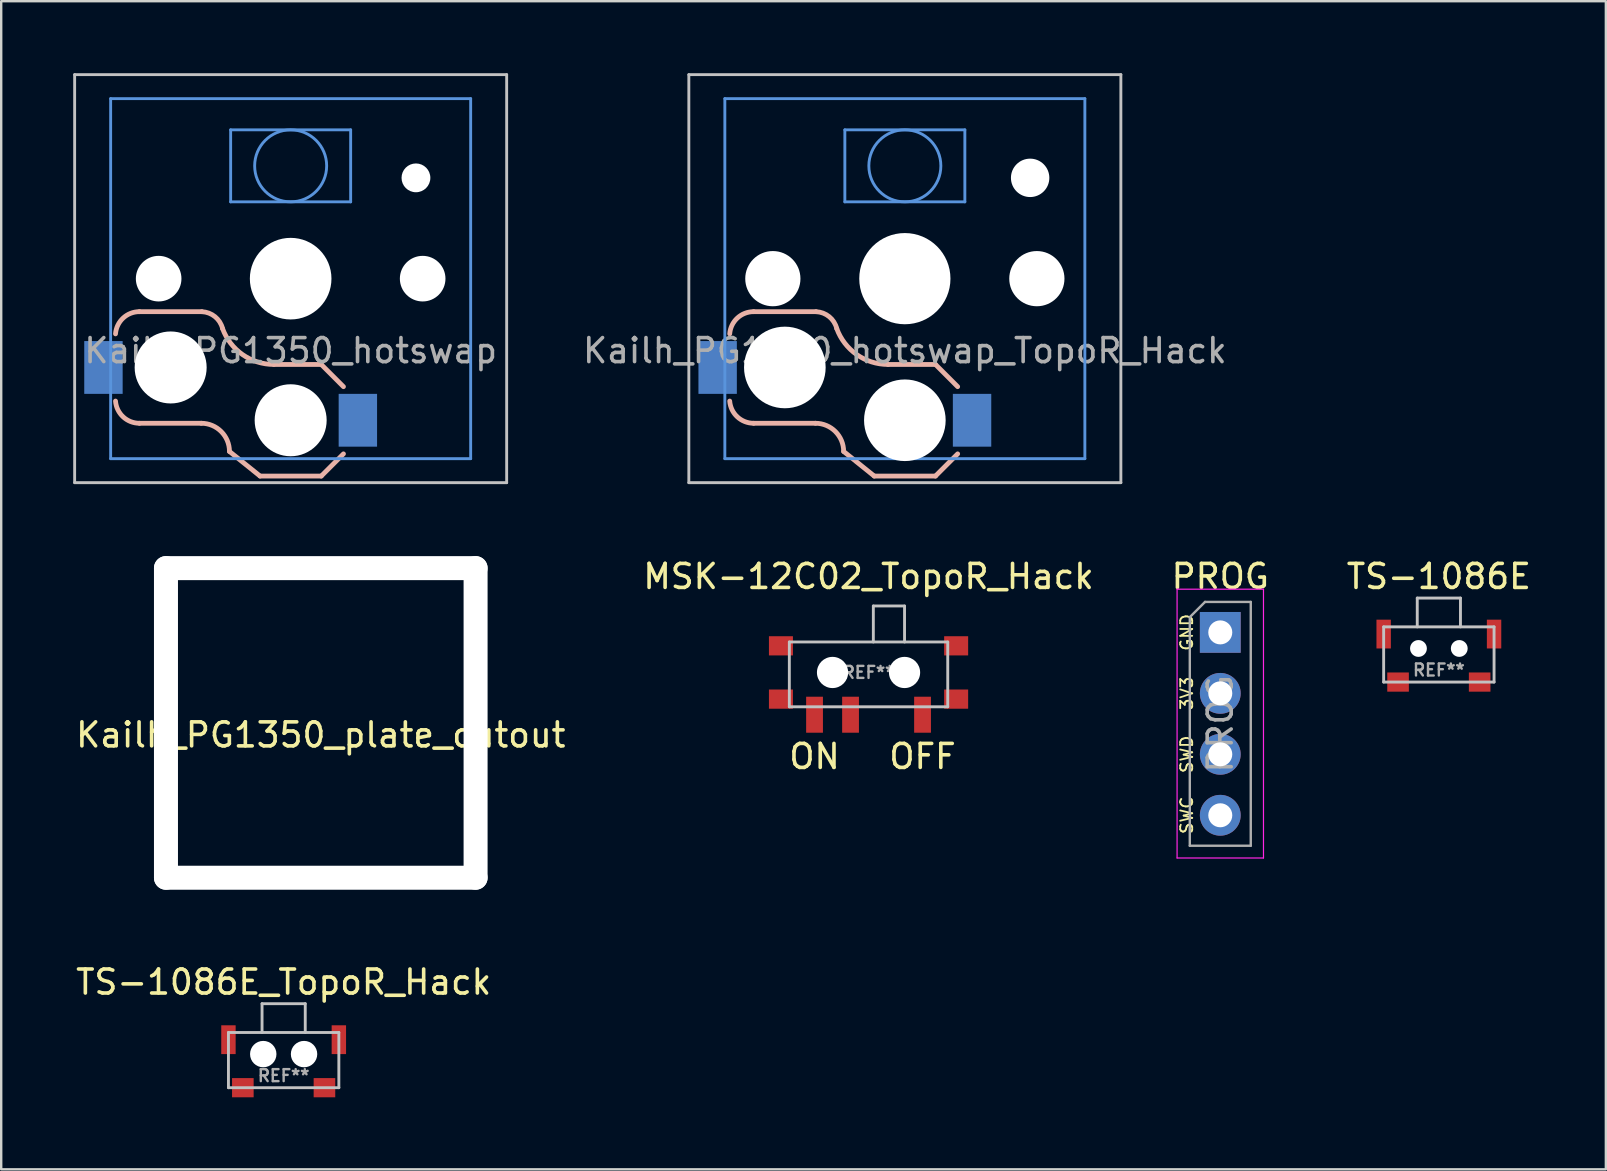
<source format=kicad_pcb>
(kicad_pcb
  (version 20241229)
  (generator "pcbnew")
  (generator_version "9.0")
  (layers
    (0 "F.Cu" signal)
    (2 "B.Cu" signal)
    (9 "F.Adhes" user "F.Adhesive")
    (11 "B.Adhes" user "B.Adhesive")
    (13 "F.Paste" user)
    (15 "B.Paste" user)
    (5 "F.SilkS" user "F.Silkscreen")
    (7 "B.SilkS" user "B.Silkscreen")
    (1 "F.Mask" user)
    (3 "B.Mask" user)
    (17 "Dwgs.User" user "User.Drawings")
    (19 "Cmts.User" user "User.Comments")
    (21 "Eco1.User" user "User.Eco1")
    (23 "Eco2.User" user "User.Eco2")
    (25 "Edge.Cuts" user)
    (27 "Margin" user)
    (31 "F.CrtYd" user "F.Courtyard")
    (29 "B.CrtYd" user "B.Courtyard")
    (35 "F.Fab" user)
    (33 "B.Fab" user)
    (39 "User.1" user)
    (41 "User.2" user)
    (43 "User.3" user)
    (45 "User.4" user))
  (footprint "MSK-12C02_TopoR_Hack"
    (layer "F.Cu")
    (at 33.137 23.698)
    (property "Reference" "MSK-12C02_TopoR_Hack" (at 0 -2.73 0) (layer "F.SilkS") (effects (font (size 1 1) (thickness 0.15))))
    (attr through_hole)
    (fp_line (start -3.3 0) (end -3.3 2.7) (stroke (width 0.12) (type solid)) (layer "Dwgs.User"))
    (fp_line (start -3.3 0) (end 3.3 0) (stroke (width 0.12) (type solid)) (layer "Dwgs.User"))
    (fp_line (start -3.3 2.7) (end 3.3 2.7) (stroke (width 0.12) (type solid)) (layer "Dwgs.User"))
    (fp_line (start 0.2 -1.5) (end 0.2 0) (stroke (width 0.12) (type solid)) (layer "Dwgs.User"))
    (fp_line (start 0.2 -1.5) (end 1.5 -1.5) (stroke (width 0.12) (type solid)) (layer "Dwgs.User"))
    (fp_line (start 1.5 -1.5) (end 1.5 0) (stroke (width 0.12) (type solid)) (layer "Dwgs.User"))
    (fp_line (start 3.3 0) (end 3.3 2.7) (stroke (width 0.12) (type solid)) (layer "Dwgs.User"))
    (fp_text user "OFF" (at 2.25 4.77 0) (layer "F.SilkS") (effects (font (size 1 1) (thickness 0.15))))
    (fp_text user "ON" (at -2.25 4.77 0) (layer "F.SilkS") (effects (font (size 1 1) (thickness 0.15))))
    (fp_text user "REF**" (at 0 1.27 0) (layer "F.Fab") (effects (font (size 0.5 0.5) (thickness 0.1))))
    (pad "" smd rect (at -3.65 0.16) (size 1 0.8) (layers "F.Cu" "F.Mask" "F.Paste"))
    (pad "" smd rect (at -3.65 2.38) (size 1 0.8) (layers "F.Cu" "F.Mask" "F.Paste"))
    (pad "" np_thru_hole circle (at -1.5 1.27) (size 1.3 1.3) (drill 1.3) (layers "*.Cu" "*.Mask"))
    (pad "" np_thru_hole circle (at 1.5 1.27) (size 1.3 1.3) (drill 1.3) (layers "*.Cu" "*.Mask"))
    (pad "" smd rect (at 3.65 0.16) (size 1 0.8) (layers "F.Cu" "F.Mask" "F.Paste"))
    (pad "" smd rect (at 3.65 2.38) (size 1 0.8) (layers "F.Cu" "F.Mask" "F.Paste"))
    (pad "1" smd rect (at 2.25 3.03) (size 0.7 1.5) (layers "F.Cu" "F.Mask" "F.Paste"))
    (pad "2" smd rect (at -0.75 3.03) (size 0.7 1.5) (layers "F.Cu" "F.Mask" "F.Paste"))
    (pad "3" smd rect (at -2.25 3.03) (size 0.7 1.5) (layers "F.Cu" "F.Mask" "F.Paste")))
  (footprint "PROG"
    (layer "F.Cu")
    (at 47.792 23.298)
    (property "Reference" "PROG" (at 0 -2.33 0) (layer "F.SilkS") (effects (font (size 1 1) (thickness 0.15))))
    (attr through_hole)
    (fp_line (start -1.8 -1.8) (end -1.8 9.4) (stroke (width 0.05) (type solid)) (layer "F.CrtYd"))
    (fp_line (start -1.8 9.4) (end 1.8 9.4) (stroke (width 0.05) (type solid)) (layer "F.CrtYd"))
    (fp_line (start 1.8 -1.8) (end -1.8 -1.8) (stroke (width 0.05) (type solid)) (layer "F.CrtYd"))
    (fp_line (start 1.8 9.4) (end 1.8 -1.8) (stroke (width 0.05) (type solid)) (layer "F.CrtYd"))
    (fp_line (start -1.27 -0.635) (end -0.635 -1.27) (stroke (width 0.1) (type solid)) (layer "F.Fab"))
    (fp_line (start -1.27 8.89) (end -1.27 -0.635) (stroke (width 0.1) (type solid)) (layer "F.Fab"))
    (fp_line (start -0.635 -1.27) (end 1.27 -1.27) (stroke (width 0.1) (type solid)) (layer "F.Fab"))
    (fp_line (start 1.27 -1.27) (end 1.27 8.89) (stroke (width 0.1) (type solid)) (layer "F.Fab"))
    (fp_line (start 1.27 8.89) (end -1.27 8.89) (stroke (width 0.1) (type solid)) (layer "F.Fab"))
    (fp_text user "SWC" (at -1.397 7.62 90) (layer "F.SilkS") (effects (font (size 0.5 0.5) (thickness 0.075))))
    (fp_text user "3V3" (at -1.397 2.54 90) (layer "F.SilkS") (effects (font (size 0.5 0.5) (thickness 0.075))))
    (fp_text user "SWD" (at -1.397 5.08 90) (layer "F.SilkS") (effects (font (size 0.5 0.5) (thickness 0.075))))
    (fp_text user "GND" (at -1.397 0 90) (layer "F.SilkS") (effects (font (size 0.5 0.5) (thickness 0.075))))
    (fp_text user "${REFERENCE}" (at 0 3.81 90) (layer "F.Fab") (effects (font (size 1 1) (thickness 0.15))))
    (pad "1" thru_hole rect (at 0 0) (size 1.7 1.7) (drill 1) (layers "*.Cu" "*.Mask"))
    (pad "2" thru_hole oval (at 0 2.54) (size 1.7 1.7) (drill 1) (layers "*.Cu" "*.Mask"))
    (pad "3" thru_hole oval (at 0 5.08) (size 1.7 1.7) (drill 1) (layers "*.Cu" "*.Mask"))
    (pad "4" thru_hole oval (at 0 7.62) (size 1.7 1.7) (drill 1) (layers "*.Cu" "*.Mask")))
  (footprint "Kailh_PG1350_hotswap_TopoR_Hack"
    (layer "F.Cu")
    (at 34.65 8.56)
    (property "Reference" "Kailh_PG1350_hotswap_TopoR_Hack" (at 0 3 0) (layer "F.Fab") (effects (font (size 1 1) (thickness 0.15))))
    (attr through_hole)
    (fp_line (start -6.3 1.375) (end -3.7 1.375) (stroke (width 0.2) (type solid)) (layer "B.SilkS"))
    (fp_line (start -6.3 6.025) (end -3.725 6.025) (stroke (width 0.2) (type solid)) (layer "B.SilkS"))
    (fp_line (start -1.275 8.225) (end -2.55 7.2) (stroke (width 0.2) (type solid)) (layer "B.SilkS"))
    (fp_line (start -1.275 8.225) (end 1.275 8.225) (stroke (width 0.2) (type solid)) (layer "B.SilkS"))
    (fp_line (start -0.7 3.575) (end 1.275 3.575) (stroke (width 0.2) (type solid)) (layer "B.SilkS"))
    (fp_line (start 2.2 4.5) (end 1.275 3.575) (stroke (width 0.2) (type solid)) (layer "B.SilkS"))
    (fp_line (start 2.2 7.3) (end 1.275 8.225) (stroke (width 0.2) (type solid)) (layer "B.SilkS"))
    (fp_arc (start -7.297199 2.30021) (mid -6.980151 1.641928) (end -6.3 1.375) (stroke (width 0.2) (type solid)) (layer "B.SilkS"))
    (fp_arc (start -6.3 6.025) (mid -6.980151 5.758072) (end -7.297199 5.09979) (stroke (width 0.2) (type solid)) (layer "B.SilkS"))
    (fp_arc (start -3.725 6.025) (mid -2.89415 6.36915) (end -2.55 7.2) (stroke (width 0.2) (type solid)) (layer "B.SilkS"))
    (fp_arc (start -3.699539 1.376187) (mid -3.151923 1.583811) (end -2.837801 2.078096) (stroke (width 0.2) (type solid)) (layer "B.SilkS"))
    (fp_arc (start -0.7 3.575) (mid -2.004886 3.163571) (end -2.837801 2.078096) (stroke (width 0.2) (type solid)) (layer "B.SilkS"))
    (fp_line (start -9 -8.5) (end -9 8.5) (stroke (width 0.12) (type solid)) (layer "Dwgs.User"))
    (fp_line (start -9 -8.5) (end 9 -8.5) (stroke (width 0.12) (type solid)) (layer "Dwgs.User"))
    (fp_line (start -9 8.5) (end 9 8.5) (stroke (width 0.12) (type solid)) (layer "Dwgs.User"))
    (fp_line (start 9 -8.5) (end 9 8.5) (stroke (width 0.12) (type solid)) (layer "Dwgs.User"))
    (fp_line (start -7.5 -7.5) (end -7.5 7.5) (stroke (width 0.12) (type solid)) (layer "Cmts.User"))
    (fp_line (start -7.5 -7.5) (end 7.5 -7.5) (stroke (width 0.12) (type solid)) (layer "Cmts.User"))
    (fp_line (start -2.5 -6.2) (end 2.5 -6.2) (stroke (width 0.12) (type solid)) (layer "Cmts.User"))
    (fp_line (start -2.5 -3.2) (end -2.5 -6.2) (stroke (width 0.12) (type solid)) (layer "Cmts.User"))
    (fp_line (start -2.5 -3.2) (end 2.5 -3.2) (stroke (width 0.12) (type solid)) (layer "Cmts.User"))
    (fp_line (start 2.5 -3.2) (end 2.5 -6.2) (stroke (width 0.12) (type solid)) (layer "Cmts.User"))
    (fp_line (start 7.5 7.5) (end -7.5 7.5) (stroke (width 0.12) (type solid)) (layer "Cmts.User"))
    (fp_line (start 7.5 7.5) (end 7.5 -7.5) (stroke (width 0.12) (type solid)) (layer "Cmts.User"))
    (fp_circle (center 0 -4.7) (end 0 -6.2) (stroke (width 0.12) (type solid)) (fill no) (layer "Cmts.User"))
    (pad "" np_thru_hole circle (at -5.5 0) (size 2.3 2.3) (drill 2.3) (layers "*.Cu" "*.Mask"))
    (pad "" np_thru_hole circle (at -5 3.7) (size 3.4 3.4) (drill 3.4) (layers "*.Cu" "*.Mask"))
    (pad "" np_thru_hole circle (at 0 0) (size 3.8 3.8) (drill 3.8) (layers "*.Cu" "*.Mask"))
    (pad "" np_thru_hole circle (at 0 5.9) (size 3.4 3.4) (drill 3.4) (layers "*.Cu" "*.Mask"))
    (pad "" np_thru_hole circle (at 5.22 -4.2) (size 1.6 1.6) (drill 1.6) (layers "*.Cu" "*.Mask"))
    (pad "" np_thru_hole circle (at 5.5 0) (size 2.3 2.3) (drill 2.3) (layers "*.Cu" "*.Mask"))
    (pad "1" smd rect (at -7.8 3.7 180) (size 1.6 2.2) (layers "B.Cu" "B.Mask" "B.Paste"))
    (pad "2" smd rect (at 2.8 5.9 180) (size 1.6 2.2) (layers "B.Cu" "B.Mask" "B.Paste")))
  (footprint "Kailh_PG1350_plate_cutout"
    (layer "F.Cu")
    (at 10.315 27.07)
    (property "Reference" "Kailh_PG1350_plate_cutout" (at 0 0.5 0) (layer "F.SilkS") (effects (font (size 1 1) (thickness 0.15))))
    (attr through_hole)
    (pad "" np_thru_hole oval (at -6.45 0 90) (size 13.9 1) (drill oval 13.9 1) (layers "*.Cu" "*.Mask"))
    (pad "" np_thru_hole oval (at 0 -6.45) (size 13.9 1) (drill oval 13.9 1) (layers "*.Cu" "*.Mask"))
    (pad "" np_thru_hole oval (at 0 6.45) (size 13.9 1) (drill oval 13.9 1) (layers "*.Cu" "*.Mask"))
    (pad "" np_thru_hole oval (at 6.45 0 90) (size 13.9 1) (drill oval 13.9 1) (layers "*.Cu" "*.Mask")))
  (footprint "Kailh_PG1350_hotswap"
    (layer "F.Cu")
    (at 9.06 8.56)
    (property "Reference" "Kailh_PG1350_hotswap" (at 0 3 0) (layer "F.Fab") (effects (font (size 1 1) (thickness 0.15))))
    (attr through_hole)
    (fp_line (start -6.3 1.375) (end -3.7 1.375) (stroke (width 0.2) (type solid)) (layer "B.SilkS"))
    (fp_line (start -6.3 6.025) (end -3.725 6.025) (stroke (width 0.2) (type solid)) (layer "B.SilkS"))
    (fp_line (start -1.275 8.225) (end -2.55 7.2) (stroke (width 0.2) (type solid)) (layer "B.SilkS"))
    (fp_line (start -1.275 8.225) (end 1.275 8.225) (stroke (width 0.2) (type solid)) (layer "B.SilkS"))
    (fp_line (start -0.7 3.575) (end 1.275 3.575) (stroke (width 0.2) (type solid)) (layer "B.SilkS"))
    (fp_line (start 2.2 4.5) (end 1.275 3.575) (stroke (width 0.2) (type solid)) (layer "B.SilkS"))
    (fp_line (start 2.2 7.3) (end 1.275 8.225) (stroke (width 0.2) (type solid)) (layer "B.SilkS"))
    (fp_arc (start -7.297199 2.30021) (mid -6.980151 1.641928) (end -6.3 1.375) (stroke (width 0.2) (type solid)) (layer "B.SilkS"))
    (fp_arc (start -6.3 6.025) (mid -6.980151 5.758072) (end -7.297199 5.09979) (stroke (width 0.2) (type solid)) (layer "B.SilkS"))
    (fp_arc (start -3.725 6.025) (mid -2.89415 6.36915) (end -2.55 7.2) (stroke (width 0.2) (type solid)) (layer "B.SilkS"))
    (fp_arc (start -3.699539 1.376187) (mid -3.151923 1.583811) (end -2.837801 2.078096) (stroke (width 0.2) (type solid)) (layer "B.SilkS"))
    (fp_arc (start -0.7 3.575) (mid -2.004886 3.163571) (end -2.837801 2.078096) (stroke (width 0.2) (type solid)) (layer "B.SilkS"))
    (fp_line (start -9 -8.5) (end -9 8.5) (stroke (width 0.12) (type solid)) (layer "Dwgs.User"))
    (fp_line (start -9 -8.5) (end 9 -8.5) (stroke (width 0.12) (type solid)) (layer "Dwgs.User"))
    (fp_line (start -9 8.5) (end 9 8.5) (stroke (width 0.12) (type solid)) (layer "Dwgs.User"))
    (fp_line (start 9 -8.5) (end 9 8.5) (stroke (width 0.12) (type solid)) (layer "Dwgs.User"))
    (fp_line (start -7.5 -7.5) (end -7.5 7.5) (stroke (width 0.12) (type solid)) (layer "Cmts.User"))
    (fp_line (start -7.5 -7.5) (end 7.5 -7.5) (stroke (width 0.12) (type solid)) (layer "Cmts.User"))
    (fp_line (start -2.5 -6.2) (end 2.5 -6.2) (stroke (width 0.12) (type solid)) (layer "Cmts.User"))
    (fp_line (start -2.5 -3.2) (end -2.5 -6.2) (stroke (width 0.12) (type solid)) (layer "Cmts.User"))
    (fp_line (start -2.5 -3.2) (end 2.5 -3.2) (stroke (width 0.12) (type solid)) (layer "Cmts.User"))
    (fp_line (start 2.5 -3.2) (end 2.5 -6.2) (stroke (width 0.12) (type solid)) (layer "Cmts.User"))
    (fp_line (start 7.5 7.5) (end -7.5 7.5) (stroke (width 0.12) (type solid)) (layer "Cmts.User"))
    (fp_line (start 7.5 7.5) (end 7.5 -7.5) (stroke (width 0.12) (type solid)) (layer "Cmts.User"))
    (fp_circle (center 0 -4.7) (end 0 -6.2) (stroke (width 0.12) (type solid)) (fill no) (layer "Cmts.User"))
    (pad "" np_thru_hole circle (at -5.5 0) (size 1.9 1.9) (drill 1.9) (layers "*.Cu" "*.Mask"))
    (pad "" np_thru_hole circle (at -5 3.7) (size 3 3) (drill 3) (layers "*.Cu" "*.Mask"))
    (pad "" np_thru_hole circle (at 0 0) (size 3.4 3.4) (drill 3.4) (layers "*.Cu" "*.Mask"))
    (pad "" np_thru_hole circle (at 0 5.9) (size 3 3) (drill 3) (layers "*.Cu" "*.Mask"))
    (pad "" np_thru_hole circle (at 5.22 -4.2) (size 1.2 1.2) (drill 1.2) (layers "*.Cu" "*.Mask"))
    (pad "" np_thru_hole circle (at 5.5 0) (size 1.9 1.9) (drill 1.9) (layers "*.Cu" "*.Mask"))
    (pad "1" smd rect (at -7.8 3.7 180) (size 1.6 2.2) (layers "B.Cu" "B.Mask" "B.Paste"))
    (pad "2" smd rect (at 2.8 5.9 180) (size 1.6 2.2) (layers "B.Cu" "B.Mask" "B.Paste")))
  (footprint "TS-1086E_TopoR_Hack"
    (layer "F.Cu")
    (at 8.768 39.968)
    (property "Reference" "TS-1086E_TopoR_Hack" (at 0 -2.1 0) (layer "F.SilkS") (effects (font (size 1 1) (thickness 0.15))))
    (attr through_hole)
    (fp_line (start -2.3 0) (end -2.3 2.3) (stroke (width 0.12) (type solid)) (layer "Dwgs.User"))
    (fp_line (start -2.3 0) (end 2.3 0) (stroke (width 0.12) (type solid)) (layer "Dwgs.User"))
    (fp_line (start -2.3 2.3) (end 2.3 2.3) (stroke (width 0.12) (type solid)) (layer "Dwgs.User"))
    (fp_line (start -0.9 -1.2) (end -0.9 0) (stroke (width 0.12) (type solid)) (layer "Dwgs.User"))
    (fp_line (start -0.9 -1.2) (end 0.9 -1.2) (stroke (width 0.12) (type solid)) (layer "Dwgs.User"))
    (fp_line (start 0.9 -1.2) (end 0.9 0) (stroke (width 0.12) (type solid)) (layer "Dwgs.User"))
    (fp_line (start 2.3 0) (end 2.3 2.3) (stroke (width 0.12) (type solid)) (layer "Dwgs.User"))
    (fp_text user "REF**" (at 0 1.8 0) (layer "F.Fab") (effects (font (size 0.5 0.5) (thickness 0.1))))
    (pad "" smd rect (at -2.3 0.3) (size 0.6 1.2) (layers "F.Cu" "F.Mask" "F.Paste"))
    (pad "" np_thru_hole circle (at -0.85 0.9) (size 1.1 1.1) (drill 1.1) (layers "*.Cu" "*.Mask"))
    (pad "" np_thru_hole circle (at 0.85 0.9) (size 1.1 1.1) (drill 1.1) (layers "*.Cu" "*.Mask"))
    (pad "" smd rect (at 2.3 0.3) (size 0.6 1.2) (layers "F.Cu" "F.Mask" "F.Paste"))
    (pad "1" smd rect (at -1.7 2.3) (size 0.9 0.8) (layers "F.Cu" "F.Mask" "F.Paste"))
    (pad "2" smd rect (at 1.7 2.3) (size 0.9 0.8) (layers "F.Cu" "F.Mask" "F.Paste")))
  (footprint "TS-1086E"
    (layer "F.Cu")
    (at 56.899 23.068)
    (property "Reference" "TS-1086E" (at 0 -2.1 0) (layer "F.SilkS") (effects (font (size 1 1) (thickness 0.15))))
    (attr through_hole)
    (fp_line (start -2.3 0) (end -2.3 2.3) (stroke (width 0.12) (type solid)) (layer "Dwgs.User"))
    (fp_line (start -2.3 0) (end 2.3 0) (stroke (width 0.12) (type solid)) (layer "Dwgs.User"))
    (fp_line (start -2.3 2.3) (end 2.3 2.3) (stroke (width 0.12) (type solid)) (layer "Dwgs.User"))
    (fp_line (start -0.9 -1.2) (end -0.9 0) (stroke (width 0.12) (type solid)) (layer "Dwgs.User"))
    (fp_line (start -0.9 -1.2) (end 0.9 -1.2) (stroke (width 0.12) (type solid)) (layer "Dwgs.User"))
    (fp_line (start 0.9 -1.2) (end 0.9 0) (stroke (width 0.12) (type solid)) (layer "Dwgs.User"))
    (fp_line (start 2.3 0) (end 2.3 2.3) (stroke (width 0.12) (type solid)) (layer "Dwgs.User"))
    (fp_text user "REF**" (at 0 1.8 0) (layer "F.Fab") (effects (font (size 0.5 0.5) (thickness 0.1))))
    (pad "" smd rect (at -2.3 0.3) (size 0.6 1.2) (layers "F.Cu" "F.Mask" "F.Paste"))
    (pad "" np_thru_hole circle (at -0.85 0.9) (size 0.7 0.7) (drill 0.7) (layers "*.Cu" "*.Mask"))
    (pad "" np_thru_hole circle (at 0.85 0.9) (size 0.7 0.7) (drill 0.7) (layers "*.Cu" "*.Mask"))
    (pad "" smd rect (at 2.3 0.3) (size 0.6 1.2) (layers "F.Cu" "F.Mask" "F.Paste"))
    (pad "1" smd rect (at -1.7 2.3) (size 0.9 0.8) (layers "F.Cu" "F.Mask" "F.Paste"))
    (pad "2" smd rect (at 1.7 2.3) (size 0.9 0.8) (layers "F.Cu" "F.Mask" "F.Paste")))
  (gr_rect
    (start -3 -3)
    (end 63.857 45.668)
    (stroke (width 0.1) (type default))
    (fill no)
    (layer "Edge.Cuts")))
</source>
